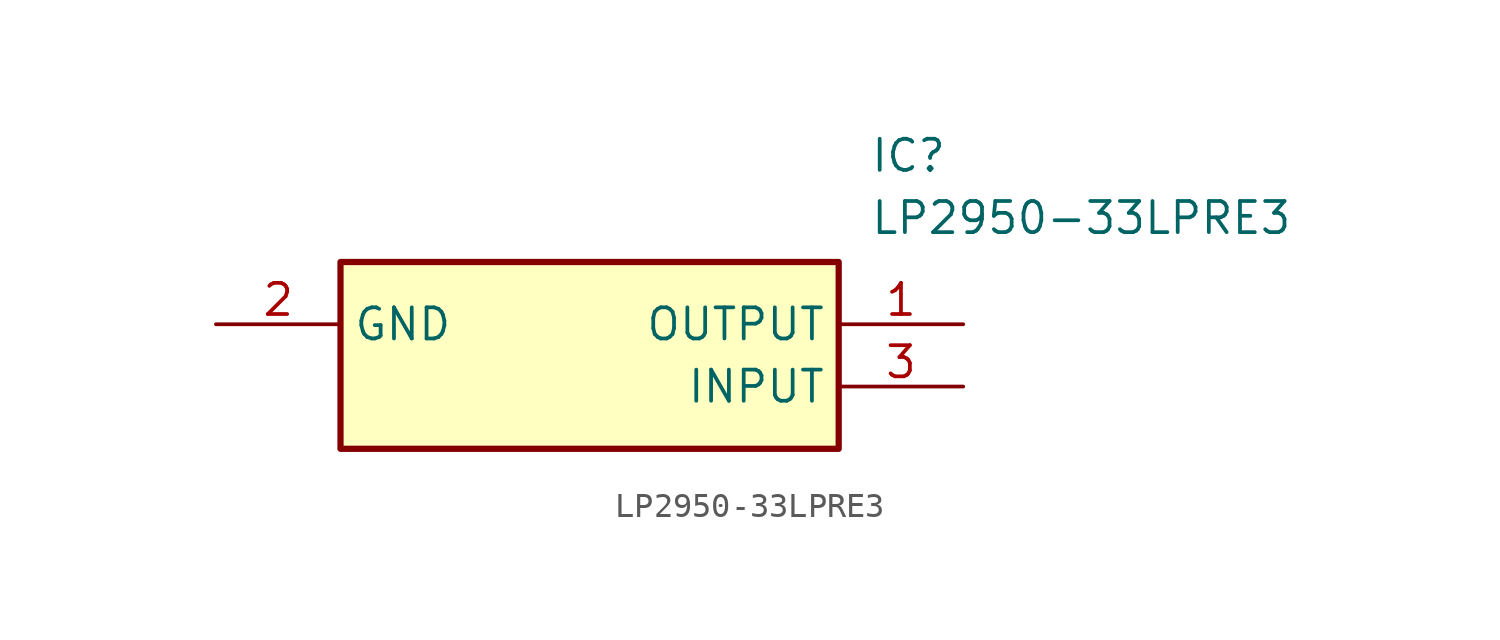
<source format=kicad_sym>
(kicad_symbol_lib
  (version 20211014)
  (generator SamacSys_ECAD_Model)
  (symbol "LP2950-33LPRE3"
    (property "Reference" "IC"
      (at 26.67 7.62 0)
      (effects (font (size 1.27 1.27)) (justify left top)))
    (property "Value" "LP2950-33LPRE3"
      (at 26.67 5.08 0)
      (effects (font (size 1.27 1.27)) (justify left top)))
    (rectangle
      (start 5.08 2.54)
      (end 25.4 -5.08)
      (stroke (width 0.254) (type default))
      (fill (type background)))
    (pin passive line
      (at 30.48 0 180)
      (length 5.08)
      (name "OUTPUT" (effects (font (size 1.27 1.27))))
      (number "1" (effects (font (size 1.27 1.27)))))
    (pin passive line
      (at 0 0 0)
      (length 5.08)
      (name "GND" (effects (font (size 1.27 1.27))))
      (number "2" (effects (font (size 1.27 1.27)))))
    (pin passive line
      (at 30.48 -2.54 180)
      (length 5.08)
      (name "INPUT" (effects (font (size 1.27 1.27))))
      (number "3" (effects (font (size 1.27 1.27)))))))
</source>
